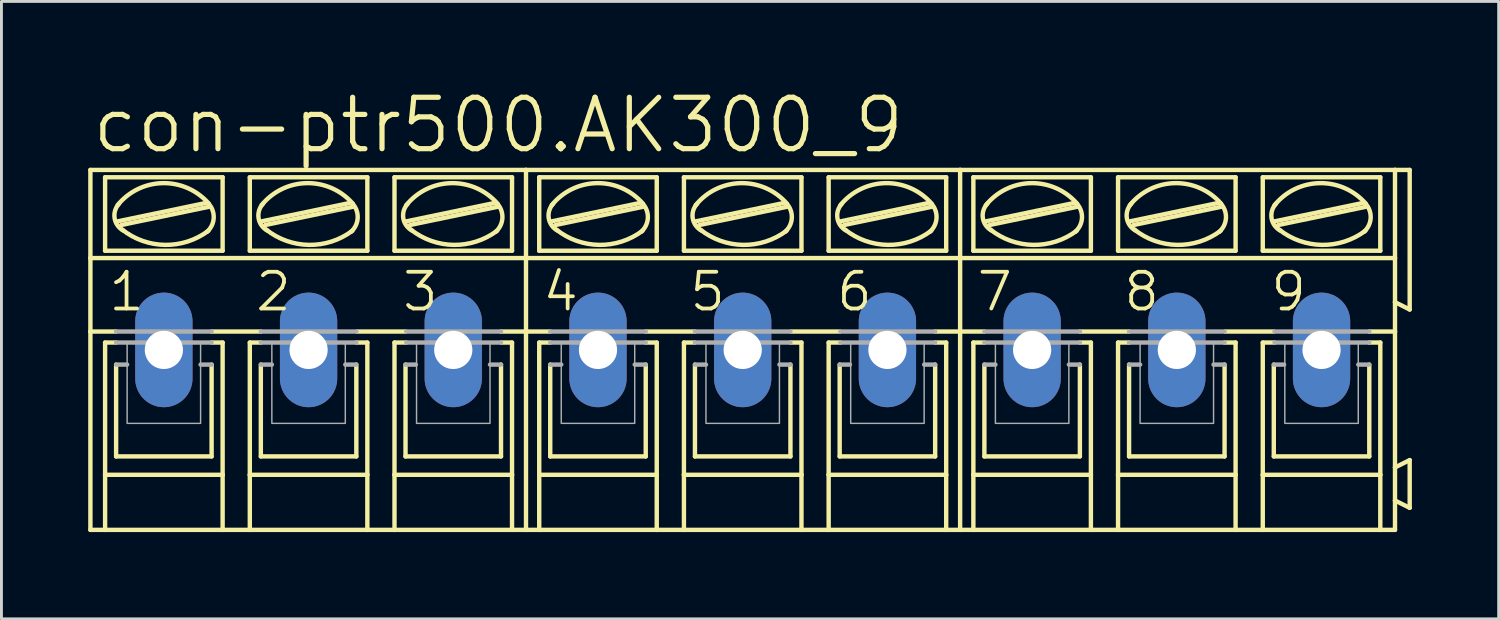
<source format=kicad_pcb>
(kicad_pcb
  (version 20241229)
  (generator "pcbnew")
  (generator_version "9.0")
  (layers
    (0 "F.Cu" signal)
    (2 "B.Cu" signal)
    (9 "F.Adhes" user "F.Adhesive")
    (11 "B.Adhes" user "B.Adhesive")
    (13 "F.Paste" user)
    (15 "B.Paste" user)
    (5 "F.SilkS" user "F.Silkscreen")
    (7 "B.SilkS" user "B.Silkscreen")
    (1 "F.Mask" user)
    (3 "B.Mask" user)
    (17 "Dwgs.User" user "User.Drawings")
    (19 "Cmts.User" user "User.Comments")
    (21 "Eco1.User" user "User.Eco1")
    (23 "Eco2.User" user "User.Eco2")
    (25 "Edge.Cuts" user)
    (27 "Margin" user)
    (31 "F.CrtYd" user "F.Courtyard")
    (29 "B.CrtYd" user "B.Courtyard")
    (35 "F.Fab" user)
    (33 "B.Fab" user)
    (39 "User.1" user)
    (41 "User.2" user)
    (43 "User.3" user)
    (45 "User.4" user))
  (footprint "con-ptr500.AK300_9"
    (layer "F.Cu")
    (at 22.631 9.049)
    (property "Reference" "con-ptr500.AK300_9" (at -22.581 -6.731 0) (layer "F.SilkS") (effects (font (size 1.778 1.778) (thickness 0.18)) (justify left bottom)))
    (attr through_hole)
    (fp_line (start -22.555 -6.223) (end -7.493 -6.223) (stroke (width 0.152) (type default)) (layer "F.SilkS"))
    (fp_line (start -22.555 -3.175) (end -22.555 -6.223) (stroke (width 0.152) (type default)) (layer "F.SilkS"))
    (fp_line (start -22.555 -3.175) (end -7.493 -3.175) (stroke (width 0.152) (type default)) (layer "F.SilkS"))
    (fp_line (start -22.555 -0.635) (end -22.555 -3.175) (stroke (width 0.152) (type default)) (layer "F.SilkS"))
    (fp_line (start -22.555 -0.635) (end -21.666 -0.635) (stroke (width 0.152) (type default)) (layer "F.SilkS"))
    (fp_line (start -22.555 6.223) (end -22.555 -0.635) (stroke (width 0.152) (type default)) (layer "F.SilkS"))
    (fp_line (start -22.555 6.223) (end -22.047 6.223) (stroke (width 0.152) (type default)) (layer "F.SilkS"))
    (fp_line (start -22.047 -3.429) (end -22.047 -5.969) (stroke (width 0.152) (type default)) (layer "F.SilkS"))
    (fp_line (start -22.047 -0.254) (end -22.047 4.318) (stroke (width 0.152) (type default)) (layer "F.SilkS"))
    (fp_line (start -22.047 -0.254) (end -21.666 -0.254) (stroke (width 0.152) (type default)) (layer "F.SilkS"))
    (fp_line (start -22.047 4.318) (end -22.047 6.223) (stroke (width 0.152) (type default)) (layer "F.SilkS"))
    (fp_line (start -22.047 6.223) (end -17.983 6.223) (stroke (width 0.152) (type default)) (layer "F.SilkS"))
    (fp_line (start -21.666 3.683) (end -21.666 0.508) (stroke (width 0.152) (type default)) (layer "F.SilkS"))
    (fp_line (start -21.615 -4.445) (end -18.567 -5.08) (stroke (width 0.152) (type default)) (layer "F.SilkS"))
    (fp_line (start -21.488 -4.318) (end -18.44 -4.953) (stroke (width 0.152) (type default)) (layer "F.SilkS"))
    (fp_line (start -18.364 -0.635) (end -16.662 -0.635) (stroke (width 0.152) (type default)) (layer "F.SilkS"))
    (fp_line (start -18.364 3.683) (end -21.666 3.683) (stroke (width 0.152) (type default)) (layer "F.SilkS"))
    (fp_line (start -18.364 3.683) (end -18.364 0.508) (stroke (width 0.152) (type default)) (layer "F.SilkS"))
    (fp_line (start -17.983 -5.969) (end -22.047 -5.969) (stroke (width 0.152) (type default)) (layer "F.SilkS"))
    (fp_line (start -17.983 -3.429) (end -22.047 -3.429) (stroke (width 0.152) (type default)) (layer "F.SilkS"))
    (fp_line (start -17.983 -3.429) (end -17.983 -5.969) (stroke (width 0.152) (type default)) (layer "F.SilkS"))
    (fp_line (start -17.983 -0.254) (end -18.364 -0.254) (stroke (width 0.152) (type default)) (layer "F.SilkS"))
    (fp_line (start -17.983 4.318) (end -22.047 4.318) (stroke (width 0.152) (type default)) (layer "F.SilkS"))
    (fp_line (start -17.983 4.318) (end -17.983 -0.254) (stroke (width 0.152) (type default)) (layer "F.SilkS"))
    (fp_line (start -17.983 6.223) (end -17.983 4.318) (stroke (width 0.152) (type default)) (layer "F.SilkS"))
    (fp_line (start -17.983 6.223) (end -17.043 6.223) (stroke (width 0.152) (type default)) (layer "F.SilkS"))
    (fp_line (start -17.043 -5.969) (end -12.979 -5.969) (stroke (width 0.152) (type default)) (layer "F.SilkS"))
    (fp_line (start -17.043 -3.429) (end -17.043 -5.969) (stroke (width 0.152) (type default)) (layer "F.SilkS"))
    (fp_line (start -17.043 -0.254) (end -16.662 -0.254) (stroke (width 0.152) (type default)) (layer "F.SilkS"))
    (fp_line (start -17.043 4.318) (end -17.043 -0.254) (stroke (width 0.152) (type default)) (layer "F.SilkS"))
    (fp_line (start -17.043 4.318) (end -12.979 4.318) (stroke (width 0.152) (type default)) (layer "F.SilkS"))
    (fp_line (start -17.043 6.223) (end -17.043 4.318) (stroke (width 0.152) (type default)) (layer "F.SilkS"))
    (fp_line (start -17.043 6.223) (end -12.979 6.223) (stroke (width 0.152) (type default)) (layer "F.SilkS"))
    (fp_line (start -16.662 3.683) (end -16.662 0.508) (stroke (width 0.152) (type default)) (layer "F.SilkS"))
    (fp_line (start -16.637 -4.445) (end -13.589 -5.08) (stroke (width 0.152) (type default)) (layer "F.SilkS"))
    (fp_line (start -16.51 -4.318) (end -13.462 -4.953) (stroke (width 0.152) (type default)) (layer "F.SilkS"))
    (fp_line (start -13.36 3.683) (end -16.662 3.683) (stroke (width 0.152) (type default)) (layer "F.SilkS"))
    (fp_line (start -13.36 3.683) (end -13.36 0.508) (stroke (width 0.152) (type default)) (layer "F.SilkS"))
    (fp_line (start -13.335 -0.635) (end -11.659 -0.635) (stroke (width 0.152) (type default)) (layer "F.SilkS"))
    (fp_line (start -12.979 -5.969) (end -12.979 -3.429) (stroke (width 0.152) (type default)) (layer "F.SilkS"))
    (fp_line (start -12.979 -3.429) (end -17.043 -3.429) (stroke (width 0.152) (type default)) (layer "F.SilkS"))
    (fp_line (start -12.979 -0.254) (end -13.36 -0.254) (stroke (width 0.152) (type default)) (layer "F.SilkS"))
    (fp_line (start -12.979 -0.254) (end -12.979 4.318) (stroke (width 0.152) (type default)) (layer "F.SilkS"))
    (fp_line (start -12.979 4.318) (end -12.979 6.223) (stroke (width 0.152) (type default)) (layer "F.SilkS"))
    (fp_line (start -12.979 6.223) (end -12.04 6.223) (stroke (width 0.152) (type default)) (layer "F.SilkS"))
    (fp_line (start -12.04 -5.969) (end -7.976 -5.969) (stroke (width 0.152) (type default)) (layer "F.SilkS"))
    (fp_line (start -12.04 -3.429) (end -12.04 -5.969) (stroke (width 0.152) (type default)) (layer "F.SilkS"))
    (fp_line (start -12.04 -0.254) (end -11.633 -0.254) (stroke (width 0.152) (type default)) (layer "F.SilkS"))
    (fp_line (start -12.04 4.318) (end -12.04 -0.254) (stroke (width 0.152) (type default)) (layer "F.SilkS"))
    (fp_line (start -12.04 4.318) (end -7.976 4.318) (stroke (width 0.152) (type default)) (layer "F.SilkS"))
    (fp_line (start -12.04 6.223) (end -12.04 4.318) (stroke (width 0.152) (type default)) (layer "F.SilkS"))
    (fp_line (start -12.04 6.223) (end -7.976 6.223) (stroke (width 0.152) (type default)) (layer "F.SilkS"))
    (fp_line (start -11.659 3.683) (end -11.659 0.508) (stroke (width 0.152) (type default)) (layer "F.SilkS"))
    (fp_line (start -11.633 -4.445) (end -8.585 -5.08) (stroke (width 0.152) (type default)) (layer "F.SilkS"))
    (fp_line (start -11.506 -4.318) (end -8.458 -4.953) (stroke (width 0.152) (type default)) (layer "F.SilkS"))
    (fp_line (start -8.357 3.683) (end -11.659 3.683) (stroke (width 0.152) (type default)) (layer "F.SilkS"))
    (fp_line (start -8.357 3.683) (end -8.357 0.508) (stroke (width 0.152) (type default)) (layer "F.SilkS"))
    (fp_line (start -7.976 -5.969) (end -7.976 -3.429) (stroke (width 0.152) (type default)) (layer "F.SilkS"))
    (fp_line (start -7.976 -3.429) (end -12.04 -3.429) (stroke (width 0.152) (type default)) (layer "F.SilkS"))
    (fp_line (start -7.976 -0.254) (end -8.357 -0.254) (stroke (width 0.152) (type default)) (layer "F.SilkS"))
    (fp_line (start -7.976 -0.254) (end -7.976 4.318) (stroke (width 0.152) (type default)) (layer "F.SilkS"))
    (fp_line (start -7.976 4.318) (end -7.976 6.223) (stroke (width 0.152) (type default)) (layer "F.SilkS"))
    (fp_line (start -7.976 6.223) (end -7.493 6.223) (stroke (width 0.152) (type default)) (layer "F.SilkS"))
    (fp_line (start -7.493 -3.175) (end -7.493 -6.223) (stroke (width 0.152) (type default)) (layer "F.SilkS"))
    (fp_line (start -7.493 -3.175) (end 7.518 -3.175) (stroke (width 0.152) (type default)) (layer "F.SilkS"))
    (fp_line (start -7.493 -0.635) (end -8.357 -0.635) (stroke (width 0.152) (type default)) (layer "F.SilkS"))
    (fp_line (start -7.493 -0.635) (end -7.493 -3.175) (stroke (width 0.152) (type default)) (layer "F.SilkS"))
    (fp_line (start -7.493 -0.635) (end -6.655 -0.635) (stroke (width 0.152) (type default)) (layer "F.SilkS"))
    (fp_line (start -7.493 6.223) (end -7.493 -0.635) (stroke (width 0.152) (type default)) (layer "F.SilkS"))
    (fp_line (start -7.493 6.223) (end -7.036 6.223) (stroke (width 0.152) (type default)) (layer "F.SilkS"))
    (fp_line (start -7.036 -3.429) (end -7.036 -5.969) (stroke (width 0.152) (type default)) (layer "F.SilkS"))
    (fp_line (start -7.036 -0.254) (end -7.036 4.318) (stroke (width 0.152) (type default)) (layer "F.SilkS"))
    (fp_line (start -7.036 -0.254) (end -6.655 -0.254) (stroke (width 0.152) (type default)) (layer "F.SilkS"))
    (fp_line (start -7.036 4.318) (end -7.036 6.223) (stroke (width 0.152) (type default)) (layer "F.SilkS"))
    (fp_line (start -7.036 6.223) (end -2.972 6.223) (stroke (width 0.152) (type default)) (layer "F.SilkS"))
    (fp_line (start -6.655 3.683) (end -6.655 0.508) (stroke (width 0.152) (type default)) (layer "F.SilkS"))
    (fp_line (start -6.604 -4.445) (end -3.556 -5.08) (stroke (width 0.152) (type default)) (layer "F.SilkS"))
    (fp_line (start -6.477 -4.318) (end -3.429 -4.953) (stroke (width 0.152) (type default)) (layer "F.SilkS"))
    (fp_line (start -3.353 -0.635) (end -1.651 -0.635) (stroke (width 0.152) (type default)) (layer "F.SilkS"))
    (fp_line (start -3.353 3.683) (end -6.655 3.683) (stroke (width 0.152) (type default)) (layer "F.SilkS"))
    (fp_line (start -3.353 3.683) (end -3.353 0.508) (stroke (width 0.152) (type default)) (layer "F.SilkS"))
    (fp_line (start -2.972 -5.969) (end -7.036 -5.969) (stroke (width 0.152) (type default)) (layer "F.SilkS"))
    (fp_line (start -2.972 -3.429) (end -7.036 -3.429) (stroke (width 0.152) (type default)) (layer "F.SilkS"))
    (fp_line (start -2.972 -3.429) (end -2.972 -5.969) (stroke (width 0.152) (type default)) (layer "F.SilkS"))
    (fp_line (start -2.972 -0.254) (end -3.353 -0.254) (stroke (width 0.152) (type default)) (layer "F.SilkS"))
    (fp_line (start -2.972 4.318) (end -7.036 4.318) (stroke (width 0.152) (type default)) (layer "F.SilkS"))
    (fp_line (start -2.972 4.318) (end -2.972 -0.254) (stroke (width 0.152) (type default)) (layer "F.SilkS"))
    (fp_line (start -2.972 6.223) (end -2.972 4.318) (stroke (width 0.152) (type default)) (layer "F.SilkS"))
    (fp_line (start -2.972 6.223) (end -2.032 6.223) (stroke (width 0.152) (type default)) (layer "F.SilkS"))
    (fp_line (start -2.032 -5.969) (end 2.032 -5.969) (stroke (width 0.152) (type default)) (layer "F.SilkS"))
    (fp_line (start -2.032 -3.429) (end -2.032 -5.969) (stroke (width 0.152) (type default)) (layer "F.SilkS"))
    (fp_line (start -2.032 -0.254) (end -1.651 -0.254) (stroke (width 0.152) (type default)) (layer "F.SilkS"))
    (fp_line (start -2.032 4.318) (end -2.032 -0.254) (stroke (width 0.152) (type default)) (layer "F.SilkS"))
    (fp_line (start -2.032 4.318) (end 2.032 4.318) (stroke (width 0.152) (type default)) (layer "F.SilkS"))
    (fp_line (start -2.032 6.223) (end -2.032 4.318) (stroke (width 0.152) (type default)) (layer "F.SilkS"))
    (fp_line (start -2.032 6.223) (end 2.032 6.223) (stroke (width 0.152) (type default)) (layer "F.SilkS"))
    (fp_line (start -1.651 3.683) (end -1.651 0.508) (stroke (width 0.152) (type default)) (layer "F.SilkS"))
    (fp_line (start -1.626 -4.445) (end 1.422 -5.08) (stroke (width 0.152) (type default)) (layer "F.SilkS"))
    (fp_line (start -1.499 -4.318) (end 1.549 -4.953) (stroke (width 0.152) (type default)) (layer "F.SilkS"))
    (fp_line (start 1.651 3.683) (end -1.651 3.683) (stroke (width 0.152) (type default)) (layer "F.SilkS"))
    (fp_line (start 1.651 3.683) (end 1.651 0.508) (stroke (width 0.152) (type default)) (layer "F.SilkS"))
    (fp_line (start 1.676 -0.635) (end 3.353 -0.635) (stroke (width 0.152) (type default)) (layer "F.SilkS"))
    (fp_line (start 2.032 -5.969) (end 2.032 -3.429) (stroke (width 0.152) (type default)) (layer "F.SilkS"))
    (fp_line (start 2.032 -3.429) (end -2.032 -3.429) (stroke (width 0.152) (type default)) (layer "F.SilkS"))
    (fp_line (start 2.032 -0.254) (end 1.651 -0.254) (stroke (width 0.152) (type default)) (layer "F.SilkS"))
    (fp_line (start 2.032 -0.254) (end 2.032 4.318) (stroke (width 0.152) (type default)) (layer "F.SilkS"))
    (fp_line (start 2.032 4.318) (end 2.032 6.223) (stroke (width 0.152) (type default)) (layer "F.SilkS"))
    (fp_line (start 2.032 6.223) (end 2.972 6.223) (stroke (width 0.152) (type default)) (layer "F.SilkS"))
    (fp_line (start 2.972 -5.969) (end 7.036 -5.969) (stroke (width 0.152) (type default)) (layer "F.SilkS"))
    (fp_line (start 2.972 -3.429) (end 2.972 -5.969) (stroke (width 0.152) (type default)) (layer "F.SilkS"))
    (fp_line (start 2.972 -0.254) (end 3.378 -0.254) (stroke (width 0.152) (type default)) (layer "F.SilkS"))
    (fp_line (start 2.972 4.318) (end 2.972 -0.254) (stroke (width 0.152) (type default)) (layer "F.SilkS"))
    (fp_line (start 2.972 4.318) (end 7.036 4.318) (stroke (width 0.152) (type default)) (layer "F.SilkS"))
    (fp_line (start 2.972 6.223) (end 2.972 4.318) (stroke (width 0.152) (type default)) (layer "F.SilkS"))
    (fp_line (start 2.972 6.223) (end 7.036 6.223) (stroke (width 0.152) (type default)) (layer "F.SilkS"))
    (fp_line (start 3.353 3.683) (end 3.353 0.508) (stroke (width 0.152) (type default)) (layer "F.SilkS"))
    (fp_line (start 3.378 -4.445) (end 6.426 -5.08) (stroke (width 0.152) (type default)) (layer "F.SilkS"))
    (fp_line (start 3.505 -4.318) (end 6.553 -4.953) (stroke (width 0.152) (type default)) (layer "F.SilkS"))
    (fp_line (start 6.655 3.683) (end 3.353 3.683) (stroke (width 0.152) (type default)) (layer "F.SilkS"))
    (fp_line (start 6.655 3.683) (end 6.655 0.508) (stroke (width 0.152) (type default)) (layer "F.SilkS"))
    (fp_line (start 7.036 -5.969) (end 7.036 -3.429) (stroke (width 0.152) (type default)) (layer "F.SilkS"))
    (fp_line (start 7.036 -3.429) (end 2.972 -3.429) (stroke (width 0.152) (type default)) (layer "F.SilkS"))
    (fp_line (start 7.036 -0.254) (end 6.655 -0.254) (stroke (width 0.152) (type default)) (layer "F.SilkS"))
    (fp_line (start 7.036 -0.254) (end 7.036 4.318) (stroke (width 0.152) (type default)) (layer "F.SilkS"))
    (fp_line (start 7.036 4.318) (end 7.036 6.223) (stroke (width 0.152) (type default)) (layer "F.SilkS"))
    (fp_line (start 7.036 6.223) (end 7.518 6.223) (stroke (width 0.152) (type default)) (layer "F.SilkS"))
    (fp_line (start 7.518 -6.223) (end -7.493 -6.223) (stroke (width 0.152) (type default)) (layer "F.SilkS"))
    (fp_line (start 7.518 -3.175) (end 7.518 -6.223) (stroke (width 0.152) (type default)) (layer "F.SilkS"))
    (fp_line (start 7.518 -3.175) (end 22.555 -3.175) (stroke (width 0.152) (type default)) (layer "F.SilkS"))
    (fp_line (start 7.518 -0.635) (end 6.655 -0.635) (stroke (width 0.152) (type default)) (layer "F.SilkS"))
    (fp_line (start 7.518 -0.635) (end 7.518 -3.175) (stroke (width 0.152) (type default)) (layer "F.SilkS"))
    (fp_line (start 7.518 -0.635) (end 8.357 -0.635) (stroke (width 0.152) (type default)) (layer "F.SilkS"))
    (fp_line (start 7.518 6.223) (end 7.518 -0.635) (stroke (width 0.152) (type default)) (layer "F.SilkS"))
    (fp_line (start 7.518 6.223) (end 7.976 6.223) (stroke (width 0.152) (type default)) (layer "F.SilkS"))
    (fp_line (start 7.976 -3.429) (end 7.976 -5.969) (stroke (width 0.152) (type default)) (layer "F.SilkS"))
    (fp_line (start 7.976 -0.254) (end 7.976 4.318) (stroke (width 0.152) (type default)) (layer "F.SilkS"))
    (fp_line (start 7.976 -0.254) (end 8.357 -0.254) (stroke (width 0.152) (type default)) (layer "F.SilkS"))
    (fp_line (start 7.976 4.318) (end 7.976 6.223) (stroke (width 0.152) (type default)) (layer "F.SilkS"))
    (fp_line (start 7.976 6.223) (end 12.04 6.223) (stroke (width 0.152) (type default)) (layer "F.SilkS"))
    (fp_line (start 8.357 3.683) (end 8.357 0.508) (stroke (width 0.152) (type default)) (layer "F.SilkS"))
    (fp_line (start 8.407 -4.445) (end 11.455 -5.08) (stroke (width 0.152) (type default)) (layer "F.SilkS"))
    (fp_line (start 8.534 -4.318) (end 11.582 -4.953) (stroke (width 0.152) (type default)) (layer "F.SilkS"))
    (fp_line (start 11.659 -0.635) (end 13.36 -0.635) (stroke (width 0.152) (type default)) (layer "F.SilkS"))
    (fp_line (start 11.659 3.683) (end 8.357 3.683) (stroke (width 0.152) (type default)) (layer "F.SilkS"))
    (fp_line (start 11.659 3.683) (end 11.659 0.508) (stroke (width 0.152) (type default)) (layer "F.SilkS"))
    (fp_line (start 12.04 -5.969) (end 7.976 -5.969) (stroke (width 0.152) (type default)) (layer "F.SilkS"))
    (fp_line (start 12.04 -3.429) (end 7.976 -3.429) (stroke (width 0.152) (type default)) (layer "F.SilkS"))
    (fp_line (start 12.04 -3.429) (end 12.04 -5.969) (stroke (width 0.152) (type default)) (layer "F.SilkS"))
    (fp_line (start 12.04 -0.254) (end 11.659 -0.254) (stroke (width 0.152) (type default)) (layer "F.SilkS"))
    (fp_line (start 12.04 4.318) (end 7.976 4.318) (stroke (width 0.152) (type default)) (layer "F.SilkS"))
    (fp_line (start 12.04 4.318) (end 12.04 -0.254) (stroke (width 0.152) (type default)) (layer "F.SilkS"))
    (fp_line (start 12.04 6.223) (end 12.04 4.318) (stroke (width 0.152) (type default)) (layer "F.SilkS"))
    (fp_line (start 12.04 6.223) (end 12.979 6.223) (stroke (width 0.152) (type default)) (layer "F.SilkS"))
    (fp_line (start 12.979 -5.969) (end 17.043 -5.969) (stroke (width 0.152) (type default)) (layer "F.SilkS"))
    (fp_line (start 12.979 -3.429) (end 12.979 -5.969) (stroke (width 0.152) (type default)) (layer "F.SilkS"))
    (fp_line (start 12.979 -0.254) (end 13.36 -0.254) (stroke (width 0.152) (type default)) (layer "F.SilkS"))
    (fp_line (start 12.979 4.318) (end 12.979 -0.254) (stroke (width 0.152) (type default)) (layer "F.SilkS"))
    (fp_line (start 12.979 4.318) (end 17.043 4.318) (stroke (width 0.152) (type default)) (layer "F.SilkS"))
    (fp_line (start 12.979 6.223) (end 12.979 4.318) (stroke (width 0.152) (type default)) (layer "F.SilkS"))
    (fp_line (start 12.979 6.223) (end 17.043 6.223) (stroke (width 0.152) (type default)) (layer "F.SilkS"))
    (fp_line (start 13.36 3.683) (end 13.36 0.508) (stroke (width 0.152) (type default)) (layer "F.SilkS"))
    (fp_line (start 13.386 -4.445) (end 16.434 -5.08) (stroke (width 0.152) (type default)) (layer "F.SilkS"))
    (fp_line (start 13.513 -4.318) (end 16.561 -4.953) (stroke (width 0.152) (type default)) (layer "F.SilkS"))
    (fp_line (start 16.662 3.683) (end 13.36 3.683) (stroke (width 0.152) (type default)) (layer "F.SilkS"))
    (fp_line (start 16.662 3.683) (end 16.662 0.508) (stroke (width 0.152) (type default)) (layer "F.SilkS"))
    (fp_line (start 16.688 -0.635) (end 18.364 -0.635) (stroke (width 0.152) (type default)) (layer "F.SilkS"))
    (fp_line (start 17.043 -5.969) (end 17.043 -3.429) (stroke (width 0.152) (type default)) (layer "F.SilkS"))
    (fp_line (start 17.043 -3.429) (end 12.979 -3.429) (stroke (width 0.152) (type default)) (layer "F.SilkS"))
    (fp_line (start 17.043 -0.254) (end 16.662 -0.254) (stroke (width 0.152) (type default)) (layer "F.SilkS"))
    (fp_line (start 17.043 -0.254) (end 17.043 4.318) (stroke (width 0.152) (type default)) (layer "F.SilkS"))
    (fp_line (start 17.043 4.318) (end 17.043 6.223) (stroke (width 0.152) (type default)) (layer "F.SilkS"))
    (fp_line (start 17.043 6.223) (end 17.983 6.223) (stroke (width 0.152) (type default)) (layer "F.SilkS"))
    (fp_line (start 17.983 -5.969) (end 22.047 -5.969) (stroke (width 0.152) (type default)) (layer "F.SilkS"))
    (fp_line (start 17.983 -3.429) (end 17.983 -5.969) (stroke (width 0.152) (type default)) (layer "F.SilkS"))
    (fp_line (start 17.983 -0.254) (end 18.39 -0.254) (stroke (width 0.152) (type default)) (layer "F.SilkS"))
    (fp_line (start 17.983 4.318) (end 17.983 -0.254) (stroke (width 0.152) (type default)) (layer "F.SilkS"))
    (fp_line (start 17.983 4.318) (end 22.047 4.318) (stroke (width 0.152) (type default)) (layer "F.SilkS"))
    (fp_line (start 17.983 6.223) (end 17.983 4.318) (stroke (width 0.152) (type default)) (layer "F.SilkS"))
    (fp_line (start 17.983 6.223) (end 22.047 6.223) (stroke (width 0.152) (type default)) (layer "F.SilkS"))
    (fp_line (start 18.364 3.683) (end 18.364 0.508) (stroke (width 0.152) (type default)) (layer "F.SilkS"))
    (fp_line (start 18.39 -4.445) (end 21.438 -5.08) (stroke (width 0.152) (type default)) (layer "F.SilkS"))
    (fp_line (start 18.517 -4.318) (end 21.565 -4.953) (stroke (width 0.152) (type default)) (layer "F.SilkS"))
    (fp_line (start 21.666 3.683) (end 18.364 3.683) (stroke (width 0.152) (type default)) (layer "F.SilkS"))
    (fp_line (start 21.666 3.683) (end 21.666 0.508) (stroke (width 0.152) (type default)) (layer "F.SilkS"))
    (fp_line (start 22.047 -5.969) (end 22.047 -3.429) (stroke (width 0.152) (type default)) (layer "F.SilkS"))
    (fp_line (start 22.047 -3.429) (end 17.983 -3.429) (stroke (width 0.152) (type default)) (layer "F.SilkS"))
    (fp_line (start 22.047 -0.254) (end 21.666 -0.254) (stroke (width 0.152) (type default)) (layer "F.SilkS"))
    (fp_line (start 22.047 -0.254) (end 22.047 4.318) (stroke (width 0.152) (type default)) (layer "F.SilkS"))
    (fp_line (start 22.047 4.318) (end 22.047 6.223) (stroke (width 0.152) (type default)) (layer "F.SilkS"))
    (fp_line (start 22.047 6.223) (end 22.555 6.223) (stroke (width 0.152) (type default)) (layer "F.SilkS"))
    (fp_line (start 22.555 -6.223) (end 7.518 -6.223) (stroke (width 0.152) (type default)) (layer "F.SilkS"))
    (fp_line (start 22.555 -6.223) (end 22.555 -3.175) (stroke (width 0.152) (type default)) (layer "F.SilkS"))
    (fp_line (start 22.555 -6.223) (end 23.063 -6.223) (stroke (width 0.152) (type default)) (layer "F.SilkS"))
    (fp_line (start 22.555 -3.175) (end 22.555 -1.651) (stroke (width 0.152) (type default)) (layer "F.SilkS"))
    (fp_line (start 22.555 -1.651) (end 22.555 -0.635) (stroke (width 0.152) (type default)) (layer "F.SilkS"))
    (fp_line (start 22.555 -0.635) (end 21.666 -0.635) (stroke (width 0.152) (type default)) (layer "F.SilkS"))
    (fp_line (start 22.555 -0.635) (end 22.555 4.064) (stroke (width 0.152) (type default)) (layer "F.SilkS"))
    (fp_line (start 22.555 4.064) (end 22.555 5.207) (stroke (width 0.152) (type default)) (layer "F.SilkS"))
    (fp_line (start 22.555 5.207) (end 22.555 6.223) (stroke (width 0.152) (type default)) (layer "F.SilkS"))
    (fp_line (start 23.063 -6.223) (end 23.063 -1.397) (stroke (width 0.152) (type default)) (layer "F.SilkS"))
    (fp_line (start 23.063 -1.397) (end 22.555 -1.651) (stroke (width 0.152) (type default)) (layer "F.SilkS"))
    (fp_line (start 23.063 3.81) (end 22.555 4.064) (stroke (width 0.152) (type default)) (layer "F.SilkS"))
    (fp_line (start 23.063 3.81) (end 23.063 5.461) (stroke (width 0.152) (type default)) (layer "F.SilkS"))
    (fp_line (start 23.063 5.461) (end 22.555 5.207) (stroke (width 0.152) (type default)) (layer "F.SilkS"))
    (fp_arc (start -21.6154 -5.0038) (mid -20.051027 -5.766949) (end -18.461 -5.0588) (stroke (width 0.1524) (type default)) (layer "F.SilkS"))
    (fp_arc (start -21.4209 -4.1297) (mid -21.718824 -4.557025) (end -21.5646 -5.0546) (stroke (width 0.1524) (type default)) (layer "F.SilkS"))
    (fp_arc (start -18.4752 -4.1188) (mid -19.977103 -3.631243) (end -21.463 -4.1656) (stroke (width 0.1524) (type default)) (layer "F.SilkS"))
    (fp_arc (start -18.4659 -5.0545) (mid -18.29154 -4.558084) (end -18.5216 -4.0849) (stroke (width 0.1524) (type default)) (layer "F.SilkS"))
    (fp_arc (start -16.637 -5.0038) (mid -15.072627 -5.766949) (end -13.4826 -5.0588) (stroke (width 0.1524) (type default)) (layer "F.SilkS"))
    (fp_arc (start -16.4425 -4.1297) (mid -16.740424 -4.557025) (end -16.5862 -5.0546) (stroke (width 0.1524) (type default)) (layer "F.SilkS"))
    (fp_arc (start -13.4968 -4.1188) (mid -14.998703 -3.631243) (end -16.4846 -4.1656) (stroke (width 0.1524) (type default)) (layer "F.SilkS"))
    (fp_arc (start -13.4875 -5.0545) (mid -13.31314 -4.558084) (end -13.5432 -4.0849) (stroke (width 0.1524) (type default)) (layer "F.SilkS"))
    (fp_arc (start -11.6332 -5.0038) (mid -10.068827 -5.766949) (end -8.4788 -5.0588) (stroke (width 0.1524) (type default)) (layer "F.SilkS"))
    (fp_arc (start -11.4387 -4.1297) (mid -11.736624 -4.557025) (end -11.5824 -5.0546) (stroke (width 0.1524) (type default)) (layer "F.SilkS"))
    (fp_arc (start -8.493 -4.1188) (mid -9.994903 -3.631243) (end -11.4808 -4.1656) (stroke (width 0.1524) (type default)) (layer "F.SilkS"))
    (fp_arc (start -8.4837 -5.0545) (mid -8.30934 -4.558084) (end -8.5394 -4.0849) (stroke (width 0.1524) (type default)) (layer "F.SilkS"))
    (fp_arc (start -6.604 -5.0038) (mid -5.039627 -5.766949) (end -3.4496 -5.0588) (stroke (width 0.1524) (type default)) (layer "F.SilkS"))
    (fp_arc (start -6.4095 -4.1297) (mid -6.707424 -4.557025) (end -6.5532 -5.0546) (stroke (width 0.1524) (type default)) (layer "F.SilkS"))
    (fp_arc (start -3.4638 -4.1188) (mid -4.965703 -3.631243) (end -6.4516 -4.1656) (stroke (width 0.1524) (type default)) (layer "F.SilkS"))
    (fp_arc (start -3.4545 -5.0545) (mid -3.28014 -4.558084) (end -3.5102 -4.0849) (stroke (width 0.1524) (type default)) (layer "F.SilkS"))
    (fp_arc (start -1.6256 -5.0038) (mid -0.061227 -5.766949) (end 1.5288 -5.0588) (stroke (width 0.1524) (type default)) (layer "F.SilkS"))
    (fp_arc (start -1.4311 -4.1297) (mid -1.729024 -4.557025) (end -1.5748 -5.0546) (stroke (width 0.1524) (type default)) (layer "F.SilkS"))
    (fp_arc (start 1.5146 -4.1189) (mid 0.012713 -3.631282) (end -1.4732 -4.1656) (stroke (width 0.1524) (type default)) (layer "F.SilkS"))
    (fp_arc (start 1.5239 -5.0545) (mid 1.69826 -4.558084) (end 1.4682 -4.0849) (stroke (width 0.1524) (type default)) (layer "F.SilkS"))
    (fp_arc (start 3.3782 -5.0038) (mid 4.94252 -5.766808) (end 6.5324 -5.0586) (stroke (width 0.1524) (type default)) (layer "F.SilkS"))
    (fp_arc (start 3.5727 -4.1297) (mid 3.274776 -4.557025) (end 3.429 -5.0546) (stroke (width 0.1524) (type default)) (layer "F.SilkS"))
    (fp_arc (start 6.5184 -4.1189) (mid 5.016513 -3.631282) (end 3.5306 -4.1656) (stroke (width 0.1524) (type default)) (layer "F.SilkS"))
    (fp_arc (start 6.5277 -5.0545) (mid 6.70206 -4.558084) (end 6.472 -4.0849) (stroke (width 0.1524) (type default)) (layer "F.SilkS"))
    (fp_arc (start 8.4074 -5.0038) (mid 9.97172 -5.766808) (end 11.5616 -5.0586) (stroke (width 0.1524) (type default)) (layer "F.SilkS"))
    (fp_arc (start 8.6019 -4.1297) (mid 8.303976 -4.557025) (end 8.4582 -5.0546) (stroke (width 0.1524) (type default)) (layer "F.SilkS"))
    (fp_arc (start 11.5476 -4.1189) (mid 10.045713 -3.631282) (end 8.5598 -4.1656) (stroke (width 0.1524) (type default)) (layer "F.SilkS"))
    (fp_arc (start 11.5569 -5.0545) (mid 11.73126 -4.558084) (end 11.5012 -4.0849) (stroke (width 0.1524) (type default)) (layer "F.SilkS"))
    (fp_arc (start 13.3858 -5.0038) (mid 14.95012 -5.766808) (end 16.54 -5.0586) (stroke (width 0.1524) (type default)) (layer "F.SilkS"))
    (fp_arc (start 13.5803 -4.1297) (mid 13.282376 -4.557025) (end 13.4366 -5.0546) (stroke (width 0.1524) (type default)) (layer "F.SilkS"))
    (fp_arc (start 16.526 -4.1189) (mid 15.024113 -3.631282) (end 13.5382 -4.1656) (stroke (width 0.1524) (type default)) (layer "F.SilkS"))
    (fp_arc (start 16.5353 -5.0545) (mid 16.70966 -4.558084) (end 16.4796 -4.0849) (stroke (width 0.1524) (type default)) (layer "F.SilkS"))
    (fp_arc (start 18.3896 -5.0038) (mid 19.95392 -5.766808) (end 21.5438 -5.0586) (stroke (width 0.1524) (type default)) (layer "F.SilkS"))
    (fp_arc (start 18.5841 -4.1297) (mid 18.286176 -4.557025) (end 18.4404 -5.0546) (stroke (width 0.1524) (type default)) (layer "F.SilkS"))
    (fp_arc (start 21.5298 -4.1189) (mid 20.027913 -3.631282) (end 18.542 -4.1656) (stroke (width 0.1524) (type default)) (layer "F.SilkS"))
    (fp_arc (start 21.5391 -5.0545) (mid 21.71346 -4.558084) (end 21.4834 -4.0849) (stroke (width 0.1524) (type default)) (layer "F.SilkS"))
    (fp_line (start -21.666 -0.635) (end -18.364 -0.635) (stroke (width 0.152) (type default)) (layer "F.Fab"))
    (fp_line (start -21.666 0.508) (end -21.285 0.508) (stroke (width 0.152) (type default)) (layer "F.Fab"))
    (fp_line (start -18.364 -0.254) (end -21.666 -0.254) (stroke (width 0.152) (type default)) (layer "F.Fab"))
    (fp_line (start -18.364 0.508) (end -18.745 0.508) (stroke (width 0.152) (type default)) (layer "F.Fab"))
    (fp_line (start -16.662 -0.254) (end -13.36 -0.254) (stroke (width 0.152) (type default)) (layer "F.Fab"))
    (fp_line (start -16.662 0.508) (end -16.281 0.508) (stroke (width 0.152) (type default)) (layer "F.Fab"))
    (fp_line (start -13.36 -0.635) (end -16.662 -0.635) (stroke (width 0.152) (type default)) (layer "F.Fab"))
    (fp_line (start -13.36 0.508) (end -13.741 0.508) (stroke (width 0.152) (type default)) (layer "F.Fab"))
    (fp_line (start -11.659 0.508) (end -11.303 0.508) (stroke (width 0.152) (type default)) (layer "F.Fab"))
    (fp_line (start -11.633 -0.254) (end -8.357 -0.254) (stroke (width 0.152) (type default)) (layer "F.Fab"))
    (fp_line (start -8.357 -0.635) (end -11.633 -0.635) (stroke (width 0.152) (type default)) (layer "F.Fab"))
    (fp_line (start -8.357 0.508) (end -8.738 0.508) (stroke (width 0.152) (type default)) (layer "F.Fab"))
    (fp_line (start -6.655 -0.635) (end -3.353 -0.635) (stroke (width 0.152) (type default)) (layer "F.Fab"))
    (fp_line (start -6.655 0.508) (end -6.274 0.508) (stroke (width 0.152) (type default)) (layer "F.Fab"))
    (fp_line (start -3.353 -0.254) (end -6.655 -0.254) (stroke (width 0.152) (type default)) (layer "F.Fab"))
    (fp_line (start -3.353 0.508) (end -3.734 0.508) (stroke (width 0.152) (type default)) (layer "F.Fab"))
    (fp_line (start -1.651 -0.254) (end 1.651 -0.254) (stroke (width 0.152) (type default)) (layer "F.Fab"))
    (fp_line (start -1.651 0.508) (end -1.27 0.508) (stroke (width 0.152) (type default)) (layer "F.Fab"))
    (fp_line (start 1.651 -0.635) (end -1.651 -0.635) (stroke (width 0.152) (type default)) (layer "F.Fab"))
    (fp_line (start 1.651 0.508) (end 1.27 0.508) (stroke (width 0.152) (type default)) (layer "F.Fab"))
    (fp_line (start 3.353 0.508) (end 3.708 0.508) (stroke (width 0.152) (type default)) (layer "F.Fab"))
    (fp_line (start 3.378 -0.254) (end 6.655 -0.254) (stroke (width 0.152) (type default)) (layer "F.Fab"))
    (fp_line (start 6.655 -0.635) (end 3.378 -0.635) (stroke (width 0.152) (type default)) (layer "F.Fab"))
    (fp_line (start 6.655 0.508) (end 6.274 0.508) (stroke (width 0.152) (type default)) (layer "F.Fab"))
    (fp_line (start 8.357 -0.635) (end 11.659 -0.635) (stroke (width 0.152) (type default)) (layer "F.Fab"))
    (fp_line (start 8.357 0.508) (end 8.738 0.508) (stroke (width 0.152) (type default)) (layer "F.Fab"))
    (fp_line (start 11.659 -0.254) (end 8.357 -0.254) (stroke (width 0.152) (type default)) (layer "F.Fab"))
    (fp_line (start 11.659 0.508) (end 11.278 0.508) (stroke (width 0.152) (type default)) (layer "F.Fab"))
    (fp_line (start 13.36 -0.254) (end 16.662 -0.254) (stroke (width 0.152) (type default)) (layer "F.Fab"))
    (fp_line (start 13.36 0.508) (end 13.741 0.508) (stroke (width 0.152) (type default)) (layer "F.Fab"))
    (fp_line (start 16.662 -0.635) (end 13.36 -0.635) (stroke (width 0.152) (type default)) (layer "F.Fab"))
    (fp_line (start 16.662 0.508) (end 16.281 0.508) (stroke (width 0.152) (type default)) (layer "F.Fab"))
    (fp_line (start 18.364 0.508) (end 18.72 0.508) (stroke (width 0.152) (type default)) (layer "F.Fab"))
    (fp_line (start 18.39 -0.254) (end 21.666 -0.254) (stroke (width 0.152) (type default)) (layer "F.Fab"))
    (fp_line (start 21.666 -0.635) (end 18.39 -0.635) (stroke (width 0.152) (type default)) (layer "F.Fab"))
    (fp_line (start 21.666 0.508) (end 21.285 0.508) (stroke (width 0.152) (type default)) (layer "F.Fab"))
    (fp_rect (start -21.285 2.54) (end -18.745 -0.254) (stroke (width 0.05) (type default)) (fill no) (layer "F.Fab"))
    (fp_rect (start -16.281 2.54) (end -13.741 -0.254) (stroke (width 0.05) (type default)) (fill no) (layer "F.Fab"))
    (fp_rect (start -11.278 2.54) (end -8.738 -0.254) (stroke (width 0.05) (type default)) (fill no) (layer "F.Fab"))
    (fp_rect (start -6.274 2.54) (end -3.734 -0.254) (stroke (width 0.05) (type default)) (fill no) (layer "F.Fab"))
    (fp_rect (start -1.27 2.54) (end 1.27 -0.254) (stroke (width 0.05) (type default)) (fill no) (layer "F.Fab"))
    (fp_rect (start 3.734 2.54) (end 6.274 -0.254) (stroke (width 0.05) (type default)) (fill no) (layer "F.Fab"))
    (fp_rect (start 8.738 2.54) (end 11.278 -0.254) (stroke (width 0.05) (type default)) (fill no) (layer "F.Fab"))
    (fp_rect (start 13.741 2.54) (end 16.281 -0.254) (stroke (width 0.05) (type default)) (fill no) (layer "F.Fab"))
    (fp_rect (start 18.745 2.54) (end 21.285 -0.254) (stroke (width 0.05) (type default)) (fill no) (layer "F.Fab"))
    (fp_text user "9" (at 18.186 -1.27 0) (layer "F.SilkS") (effects (font (size 1.27 1.27) (thickness 0.13)) (justify left bottom)))
    (fp_text user "5" (at -1.905 -1.27 0) (layer "F.SilkS") (effects (font (size 1.27 1.27) (thickness 0.13)) (justify left bottom)))
    (fp_text user "2" (at -16.916 -1.27 0) (layer "F.SilkS") (effects (font (size 1.27 1.27) (thickness 0.13)) (justify left bottom)))
    (fp_text user "1" (at -21.996 -1.27 0) (layer "F.SilkS") (effects (font (size 1.27 1.27) (thickness 0.13)) (justify left bottom)))
    (fp_text user "4" (at -6.985 -1.27 0) (layer "F.SilkS") (effects (font (size 1.27 1.27) (thickness 0.13)) (justify left bottom)))
    (fp_text user "3" (at -11.836 -1.27 0) (layer "F.SilkS") (effects (font (size 1.27 1.27) (thickness 0.13)) (justify left bottom)))
    (fp_text user "7" (at 8.026 -1.27 0) (layer "F.SilkS") (effects (font (size 1.27 1.27) (thickness 0.13)) (justify left bottom)))
    (fp_text user "6" (at 3.175 -1.27 0) (layer "F.SilkS") (effects (font (size 1.27 1.27) (thickness 0.13)) (justify left bottom)))
    (fp_text user "8" (at 13.106 -1.27 0) (layer "F.SilkS") (effects (font (size 1.27 1.27) (thickness 0.13)) (justify left bottom)))
    (pad "1" thru_hole oval (at -20.015 0 90) (size 3.962 1.981) (drill 1.321) (layers "*.Cu" "*.Mask"))
    (pad "2" thru_hole oval (at -15.011 0 90) (size 3.962 1.981) (drill 1.321) (layers "*.Cu" "*.Mask"))
    (pad "3" thru_hole oval (at -10.008 0 90) (size 3.962 1.981) (drill 1.321) (layers "*.Cu" "*.Mask"))
    (pad "4" thru_hole oval (at -5.004 0 90) (size 3.962 1.981) (drill 1.321) (layers "*.Cu" "*.Mask"))
    (pad "5" thru_hole oval (at 0 0 90) (size 3.962 1.981) (drill 1.321) (layers "*.Cu" "*.Mask"))
    (pad "6" thru_hole oval (at 5.004 0 90) (size 3.962 1.981) (drill 1.321) (layers "*.Cu" "*.Mask"))
    (pad "7" thru_hole oval (at 10.008 0 90) (size 3.962 1.981) (drill 1.321) (layers "*.Cu" "*.Mask"))
    (pad "8" thru_hole oval (at 15.011 0 90) (size 3.962 1.981) (drill 1.321) (layers "*.Cu" "*.Mask"))
    (pad "9" thru_hole oval (at 20.015 0 90) (size 3.962 1.981) (drill 1.321) (layers "*.Cu" "*.Mask")))
  (gr_rect
    (start -3 -3)
    (end 48.771 18.348)
    (stroke (width 0.1) (type default))
    (fill no)
    (layer "Edge.Cuts")))
</source>
